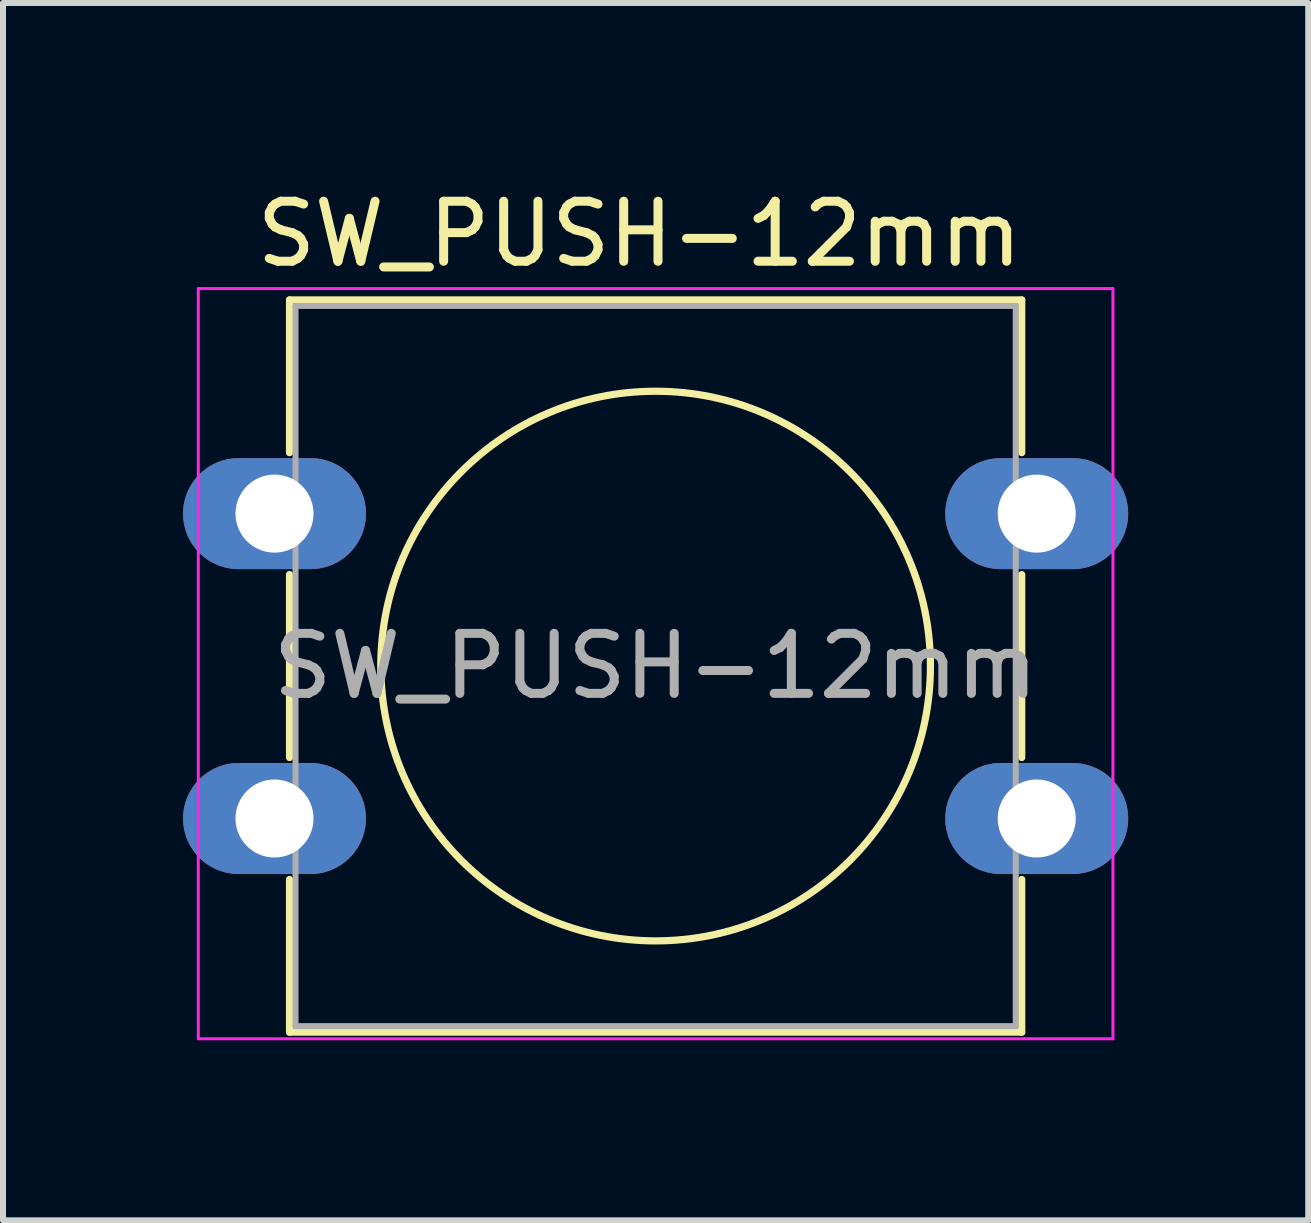
<source format=kicad_pcb>
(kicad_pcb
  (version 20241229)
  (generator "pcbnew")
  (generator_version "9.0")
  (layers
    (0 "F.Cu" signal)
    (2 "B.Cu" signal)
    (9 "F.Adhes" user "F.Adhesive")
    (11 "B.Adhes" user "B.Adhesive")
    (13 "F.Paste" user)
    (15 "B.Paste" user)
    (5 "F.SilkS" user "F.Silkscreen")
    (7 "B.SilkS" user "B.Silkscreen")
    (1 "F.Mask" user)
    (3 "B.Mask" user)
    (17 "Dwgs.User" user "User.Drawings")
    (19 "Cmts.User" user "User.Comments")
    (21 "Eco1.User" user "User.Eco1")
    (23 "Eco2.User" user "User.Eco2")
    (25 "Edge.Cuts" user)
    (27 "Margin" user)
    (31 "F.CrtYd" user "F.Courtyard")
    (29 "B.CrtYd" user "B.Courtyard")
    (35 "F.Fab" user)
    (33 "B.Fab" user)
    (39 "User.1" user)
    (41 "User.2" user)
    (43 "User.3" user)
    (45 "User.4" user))
  (footprint "SW_PUSH-12mm"
    (layer "F.Cu")
    (at 7.874 8.048)
    (property "Reference" "SW_PUSH-12mm" (at -0.27 -7.2 0) (layer "F.SilkS") (effects (font (size 1 1) (thickness 0.15))))
    (attr through_hole)
    (fp_line (start -6.1 -6.1) (end 6.1 -6.1) (stroke (width 0.12) (type solid)) (layer "F.SilkS"))
    (fp_line (start -6.1 -3.556) (end -6.1 -6.1) (stroke (width 0.12) (type solid)) (layer "F.SilkS"))
    (fp_line (start -6.1 1.524) (end -6.1 -1.524) (stroke (width 0.12) (type solid)) (layer "F.SilkS"))
    (fp_line (start -6.1 6.1) (end -6.1 3.556) (stroke (width 0.12) (type solid)) (layer "F.SilkS"))
    (fp_line (start 6.1 -6.1) (end 6.1 -3.556) (stroke (width 0.12) (type solid)) (layer "F.SilkS"))
    (fp_line (start 6.1 -1.524) (end 6.1 1.524) (stroke (width 0.12) (type solid)) (layer "F.SilkS"))
    (fp_line (start 6.1 3.556) (end 6.1 6.1) (stroke (width 0.12) (type solid)) (layer "F.SilkS"))
    (fp_line (start 6.1 6.1) (end -6.1 6.1) (stroke (width 0.12) (type solid)) (layer "F.SilkS"))
    (fp_circle (center 0 0) (end 3.81 2.54) (stroke (width 0.12) (type solid)) (fill no) (layer "F.SilkS"))
    (fp_line (start -7.62 -6.29) (end -7.62 6.21) (stroke (width 0.05) (type solid)) (layer "F.CrtYd"))
    (fp_line (start -7.62 -6.29) (end 7.62 -6.29) (stroke (width 0.05) (type solid)) (layer "F.CrtYd"))
    (fp_line (start 7.62 6.21) (end -7.62 6.21) (stroke (width 0.05) (type solid)) (layer "F.CrtYd"))
    (fp_line (start 7.62 6.21) (end 7.62 -6.29) (stroke (width 0.05) (type solid)) (layer "F.CrtYd"))
    (fp_line (start -6 -6) (end -6 6) (stroke (width 0.1) (type solid)) (layer "F.Fab"))
    (fp_line (start -6 -6) (end 6 -6) (stroke (width 0.1) (type solid)) (layer "F.Fab"))
    (fp_line (start -6 6) (end 6 6) (stroke (width 0.1) (type solid)) (layer "F.Fab"))
    (fp_line (start 6 -6) (end 6 6) (stroke (width 0.1) (type solid)) (layer "F.Fab"))
    (fp_text user "${REFERENCE}" (at 0 0 0) (layer "F.Fab") (effects (font (size 1 1) (thickness 0.15))))
    (pad "1" thru_hole oval (at -6.35 -2.54) (size 3.048 1.85) (drill 1.3) (layers "*.Cu" "*.Mask"))
    (pad "1" thru_hole oval (at 6.35 -2.54) (size 3.048 1.85) (drill 1.3) (layers "*.Cu" "*.Mask"))
    (pad "2" thru_hole oval (at -6.35 2.54) (size 3.048 1.85) (drill 1.3) (layers "*.Cu" "*.Mask"))
    (pad "2" thru_hole oval (at 6.35 2.54) (size 3.048 1.85) (drill 1.3) (layers "*.Cu" "*.Mask")))
  (gr_rect
    (start -3 -3)
    (end 18.748 17.283)
    (stroke (width 0.1) (type default))
    (fill no)
    (layer "Edge.Cuts")))
</source>
